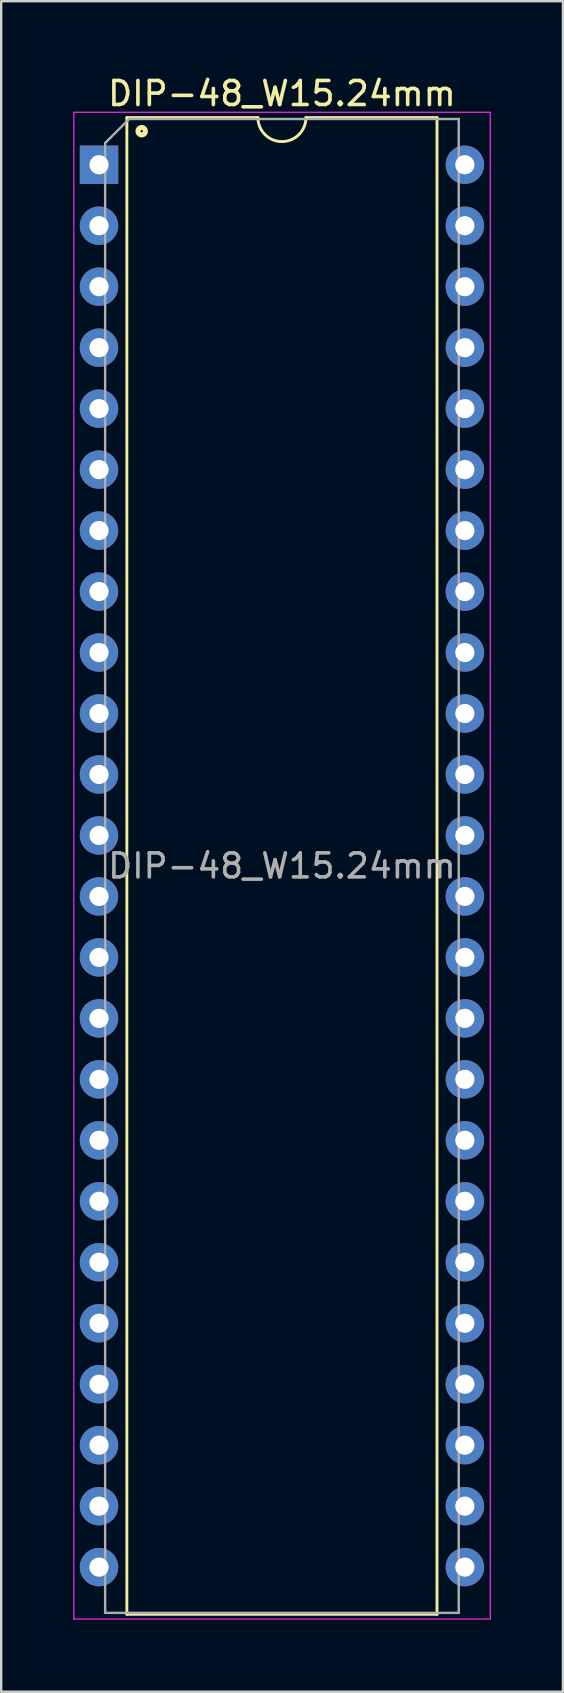
<source format=kicad_pcb>
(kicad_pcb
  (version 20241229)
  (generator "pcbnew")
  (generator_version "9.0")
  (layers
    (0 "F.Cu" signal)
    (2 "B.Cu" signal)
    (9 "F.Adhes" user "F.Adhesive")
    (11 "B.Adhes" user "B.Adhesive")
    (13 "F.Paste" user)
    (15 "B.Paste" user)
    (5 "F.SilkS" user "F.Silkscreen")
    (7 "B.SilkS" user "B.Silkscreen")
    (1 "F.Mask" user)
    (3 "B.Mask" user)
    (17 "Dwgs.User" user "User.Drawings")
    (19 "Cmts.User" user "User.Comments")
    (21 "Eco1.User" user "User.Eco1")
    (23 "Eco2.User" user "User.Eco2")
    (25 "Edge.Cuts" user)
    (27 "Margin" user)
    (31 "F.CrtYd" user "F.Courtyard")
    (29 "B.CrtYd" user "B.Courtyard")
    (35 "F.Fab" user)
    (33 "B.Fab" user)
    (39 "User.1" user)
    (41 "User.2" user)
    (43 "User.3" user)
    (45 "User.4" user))
  (footprint "DIP-48_W15.24mm"
    (layer "F.Cu")
    (at 1.075 3.813)
    (property "Reference" "DIP-48_W15.24mm" (at 7.62 -2.965 0) (layer "F.SilkS") (effects (font (size 1 1) (thickness 0.15))))
    (attr through_hole)
    (fp_line (start 1.16 -1.965) (end 1.16 60.385) (stroke (width 0.12) (type solid)) (layer "F.SilkS"))
    (fp_line (start 1.16 60.385) (end 14.08 60.385) (stroke (width 0.12) (type solid)) (layer "F.SilkS"))
    (fp_line (start 6.62 -1.965) (end 1.16 -1.965) (stroke (width 0.12) (type solid)) (layer "F.SilkS"))
    (fp_line (start 14.08 -1.965) (end 8.62 -1.965) (stroke (width 0.12) (type solid)) (layer "F.SilkS"))
    (fp_line (start 14.08 60.385) (end 14.08 -1.965) (stroke (width 0.12) (type solid)) (layer "F.SilkS"))
    (fp_arc (start 8.62 -1.965) (mid 7.62 -0.965) (end 6.62 -1.965) (stroke (width 0.12) (type solid)) (layer "F.SilkS"))
    (fp_circle (center 1.778 -1.397) (end 1.828 -1.397) (stroke (width 0.12) (type solid)) (fill no) (layer "F.SilkS"))
    (fp_circle (center 1.778 -1.397) (end 1.903 -1.397) (stroke (width 0.12) (type solid)) (fill no) (layer "F.SilkS"))
    (fp_circle (center 1.778 -1.397) (end 1.978 -1.397) (stroke (width 0.12) (type solid)) (fill no) (layer "F.SilkS"))
    (fp_line (start -1.05 -2.185) (end -1.05 60.585) (stroke (width 0.05) (type solid)) (layer "F.CrtYd"))
    (fp_line (start -1.05 60.585) (end 16.3 60.585) (stroke (width 0.05) (type solid)) (layer "F.CrtYd"))
    (fp_line (start 16.3 -2.185) (end -1.05 -2.185) (stroke (width 0.05) (type solid)) (layer "F.CrtYd"))
    (fp_line (start 16.3 60.585) (end 16.3 -2.185) (stroke (width 0.05) (type solid)) (layer "F.CrtYd"))
    (fp_line (start 0.255 -0.905) (end 1.255 -1.905) (stroke (width 0.1) (type solid)) (layer "F.Fab"))
    (fp_line (start 0.255 60.325) (end 0.255 -0.905) (stroke (width 0.1) (type solid)) (layer "F.Fab"))
    (fp_line (start 1.255 -1.905) (end 14.985 -1.905) (stroke (width 0.1) (type solid)) (layer "F.Fab"))
    (fp_line (start 14.985 -1.905) (end 14.985 60.325) (stroke (width 0.1) (type solid)) (layer "F.Fab"))
    (fp_line (start 14.985 60.325) (end 0.255 60.325) (stroke (width 0.1) (type solid)) (layer "F.Fab"))
    (fp_text user "${REFERENCE}" (at 7.62 29.21 0) (layer "F.Fab") (effects (font (size 1 1) (thickness 0.15))))
    (pad "1" thru_hole rect (at 0 0) (size 1.6 1.6) (drill 0.8) (layers "*.Cu" "*.Mask"))
    (pad "2" thru_hole oval (at 0 2.54) (size 1.6 1.6) (drill 0.8) (layers "*.Cu" "*.Mask"))
    (pad "3" thru_hole oval (at 0 5.08) (size 1.6 1.6) (drill 0.8) (layers "*.Cu" "*.Mask"))
    (pad "4" thru_hole oval (at 0 7.62) (size 1.6 1.6) (drill 0.8) (layers "*.Cu" "*.Mask"))
    (pad "5" thru_hole oval (at 0 10.16) (size 1.6 1.6) (drill 0.8) (layers "*.Cu" "*.Mask"))
    (pad "6" thru_hole oval (at 0 12.7) (size 1.6 1.6) (drill 0.8) (layers "*.Cu" "*.Mask"))
    (pad "7" thru_hole oval (at 0 15.24) (size 1.6 1.6) (drill 0.8) (layers "*.Cu" "*.Mask"))
    (pad "8" thru_hole oval (at 0 17.78) (size 1.6 1.6) (drill 0.8) (layers "*.Cu" "*.Mask"))
    (pad "9" thru_hole oval (at 0 20.32) (size 1.6 1.6) (drill 0.8) (layers "*.Cu" "*.Mask"))
    (pad "10" thru_hole oval (at 0 22.86) (size 1.6 1.6) (drill 0.8) (layers "*.Cu" "*.Mask"))
    (pad "11" thru_hole oval (at 0 25.4) (size 1.6 1.6) (drill 0.8) (layers "*.Cu" "*.Mask"))
    (pad "12" thru_hole oval (at 0 27.94) (size 1.6 1.6) (drill 0.8) (layers "*.Cu" "*.Mask"))
    (pad "13" thru_hole oval (at 0 30.48) (size 1.6 1.6) (drill 0.8) (layers "*.Cu" "*.Mask"))
    (pad "14" thru_hole oval (at 0 33.02) (size 1.6 1.6) (drill 0.8) (layers "*.Cu" "*.Mask"))
    (pad "15" thru_hole oval (at 0 35.56) (size 1.6 1.6) (drill 0.8) (layers "*.Cu" "*.Mask"))
    (pad "16" thru_hole oval (at 0 38.1) (size 1.6 1.6) (drill 0.8) (layers "*.Cu" "*.Mask"))
    (pad "17" thru_hole oval (at 0 40.64) (size 1.6 1.6) (drill 0.8) (layers "*.Cu" "*.Mask"))
    (pad "18" thru_hole oval (at 0 43.18) (size 1.6 1.6) (drill 0.8) (layers "*.Cu" "*.Mask"))
    (pad "19" thru_hole oval (at 0 45.72) (size 1.6 1.6) (drill 0.8) (layers "*.Cu" "*.Mask"))
    (pad "20" thru_hole oval (at 0 48.26) (size 1.6 1.6) (drill 0.8) (layers "*.Cu" "*.Mask"))
    (pad "21" thru_hole oval (at 0 50.8) (size 1.6 1.6) (drill 0.8) (layers "*.Cu" "*.Mask"))
    (pad "22" thru_hole oval (at 0 53.34) (size 1.6 1.6) (drill 0.8) (layers "*.Cu" "*.Mask"))
    (pad "23" thru_hole oval (at 0 55.88) (size 1.6 1.6) (drill 0.8) (layers "*.Cu" "*.Mask"))
    (pad "24" thru_hole oval (at 0 58.42) (size 1.6 1.6) (drill 0.8) (layers "*.Cu" "*.Mask"))
    (pad "25" thru_hole oval (at 15.24 58.42) (size 1.6 1.6) (drill 0.8) (layers "*.Cu" "*.Mask"))
    (pad "26" thru_hole oval (at 15.24 55.88) (size 1.6 1.6) (drill 0.8) (layers "*.Cu" "*.Mask"))
    (pad "27" thru_hole oval (at 15.24 53.34) (size 1.6 1.6) (drill 0.8) (layers "*.Cu" "*.Mask"))
    (pad "28" thru_hole oval (at 15.24 50.8) (size 1.6 1.6) (drill 0.8) (layers "*.Cu" "*.Mask"))
    (pad "29" thru_hole oval (at 15.24 48.26) (size 1.6 1.6) (drill 0.8) (layers "*.Cu" "*.Mask"))
    (pad "30" thru_hole oval (at 15.24 45.72) (size 1.6 1.6) (drill 0.8) (layers "*.Cu" "*.Mask"))
    (pad "31" thru_hole oval (at 15.24 43.18) (size 1.6 1.6) (drill 0.8) (layers "*.Cu" "*.Mask"))
    (pad "32" thru_hole oval (at 15.24 40.64) (size 1.6 1.6) (drill 0.8) (layers "*.Cu" "*.Mask"))
    (pad "33" thru_hole oval (at 15.24 38.1) (size 1.6 1.6) (drill 0.8) (layers "*.Cu" "*.Mask"))
    (pad "34" thru_hole oval (at 15.24 35.56) (size 1.6 1.6) (drill 0.8) (layers "*.Cu" "*.Mask"))
    (pad "35" thru_hole oval (at 15.24 33.02) (size 1.6 1.6) (drill 0.8) (layers "*.Cu" "*.Mask"))
    (pad "36" thru_hole oval (at 15.24 30.48) (size 1.6 1.6) (drill 0.8) (layers "*.Cu" "*.Mask"))
    (pad "37" thru_hole oval (at 15.24 27.94) (size 1.6 1.6) (drill 0.8) (layers "*.Cu" "*.Mask"))
    (pad "38" thru_hole oval (at 15.24 25.4) (size 1.6 1.6) (drill 0.8) (layers "*.Cu" "*.Mask"))
    (pad "39" thru_hole oval (at 15.24 22.86) (size 1.6 1.6) (drill 0.8) (layers "*.Cu" "*.Mask"))
    (pad "40" thru_hole oval (at 15.24 20.32) (size 1.6 1.6) (drill 0.8) (layers "*.Cu" "*.Mask"))
    (pad "41" thru_hole oval (at 15.24 17.78) (size 1.6 1.6) (drill 0.8) (layers "*.Cu" "*.Mask"))
    (pad "42" thru_hole oval (at 15.24 15.24) (size 1.6 1.6) (drill 0.8) (layers "*.Cu" "*.Mask"))
    (pad "43" thru_hole oval (at 15.24 12.7) (size 1.6 1.6) (drill 0.8) (layers "*.Cu" "*.Mask"))
    (pad "44" thru_hole oval (at 15.24 10.16) (size 1.6 1.6) (drill 0.8) (layers "*.Cu" "*.Mask"))
    (pad "45" thru_hole oval (at 15.24 7.62) (size 1.6 1.6) (drill 0.8) (layers "*.Cu" "*.Mask"))
    (pad "46" thru_hole oval (at 15.24 5.08) (size 1.6 1.6) (drill 0.8) (layers "*.Cu" "*.Mask"))
    (pad "47" thru_hole oval (at 15.24 2.54) (size 1.6 1.6) (drill 0.8) (layers "*.Cu" "*.Mask"))
    (pad "48" thru_hole oval (at 15.24 0) (size 1.6 1.6) (drill 0.8) (layers "*.Cu" "*.Mask")))
  (gr_rect
    (start -3 -3)
    (end 20.4 67.423)
    (stroke (width 0.1) (type default))
    (fill no)
    (layer "Edge.Cuts")))
</source>
